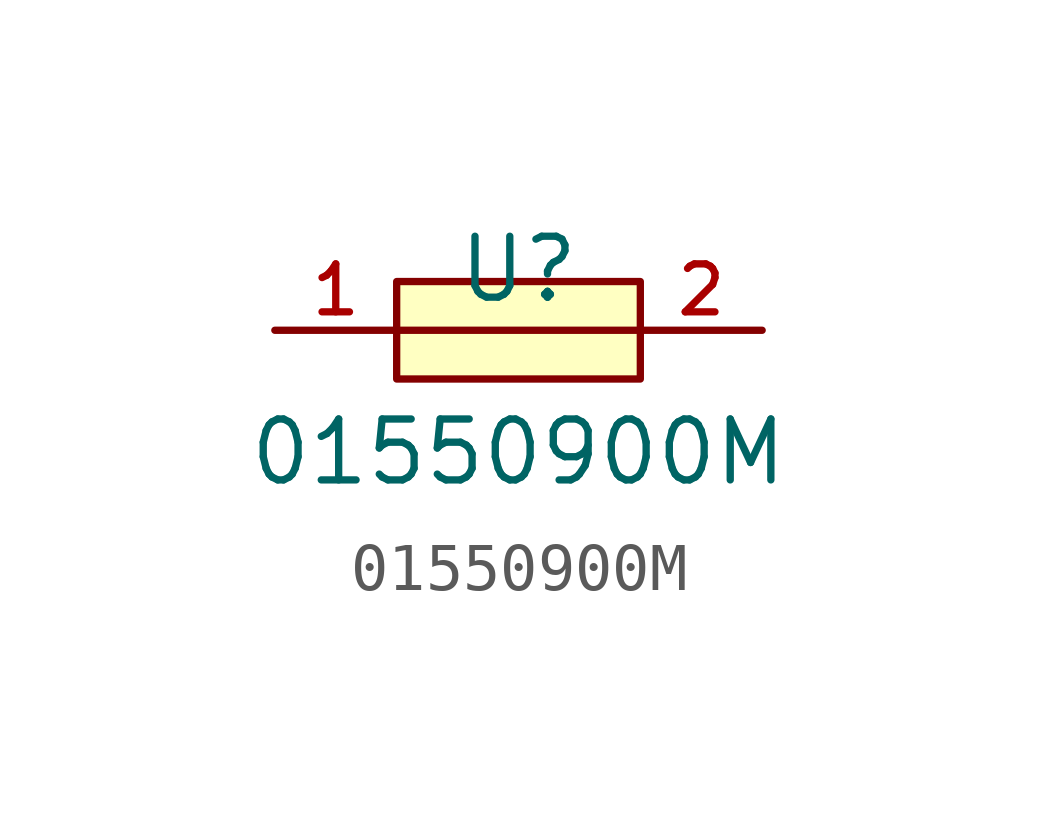
<source format=kicad_sym>
(kicad_symbol_lib
  (version 20210201)
  (generator TousstNicolas/JLC2KiCad_lib)
  (symbol "01550900M"
    (pin_names hide)
    (property "Reference" "U"
      (at 0 1.27 0)
      (effects (font (size 1.27 1.27))))
    (property "Value" "01550900M"
      (at 0 -2.54 0)
      (effects (font (size 1.27 1.27))))
    (symbol "01550900M_0_1"
      (rectangle (start -2.54 1.016) (end 2.54 -1.016) (stroke (width 0) (type default) (color 0 0 0 0)) (fill (type background)))
      (pin unspecified line (at 5.08 -0.0 180) (length 2.54) (name "2" (effects (font (size 1 1)))) (number "2" (effects (font (size 1 1)))))
      (pin unspecified line (at -5.08 -0.0 0) (length 2.54) (name "1" (effects (font (size 1 1)))) (number "1" (effects (font (size 1 1)))))
      (polyline (pts (xy -2.54 -0.0) (xy 2.54 -0.0)) (stroke (width 0) (type default) (color 0 0 0 0)) (fill (type none))))))
</source>
